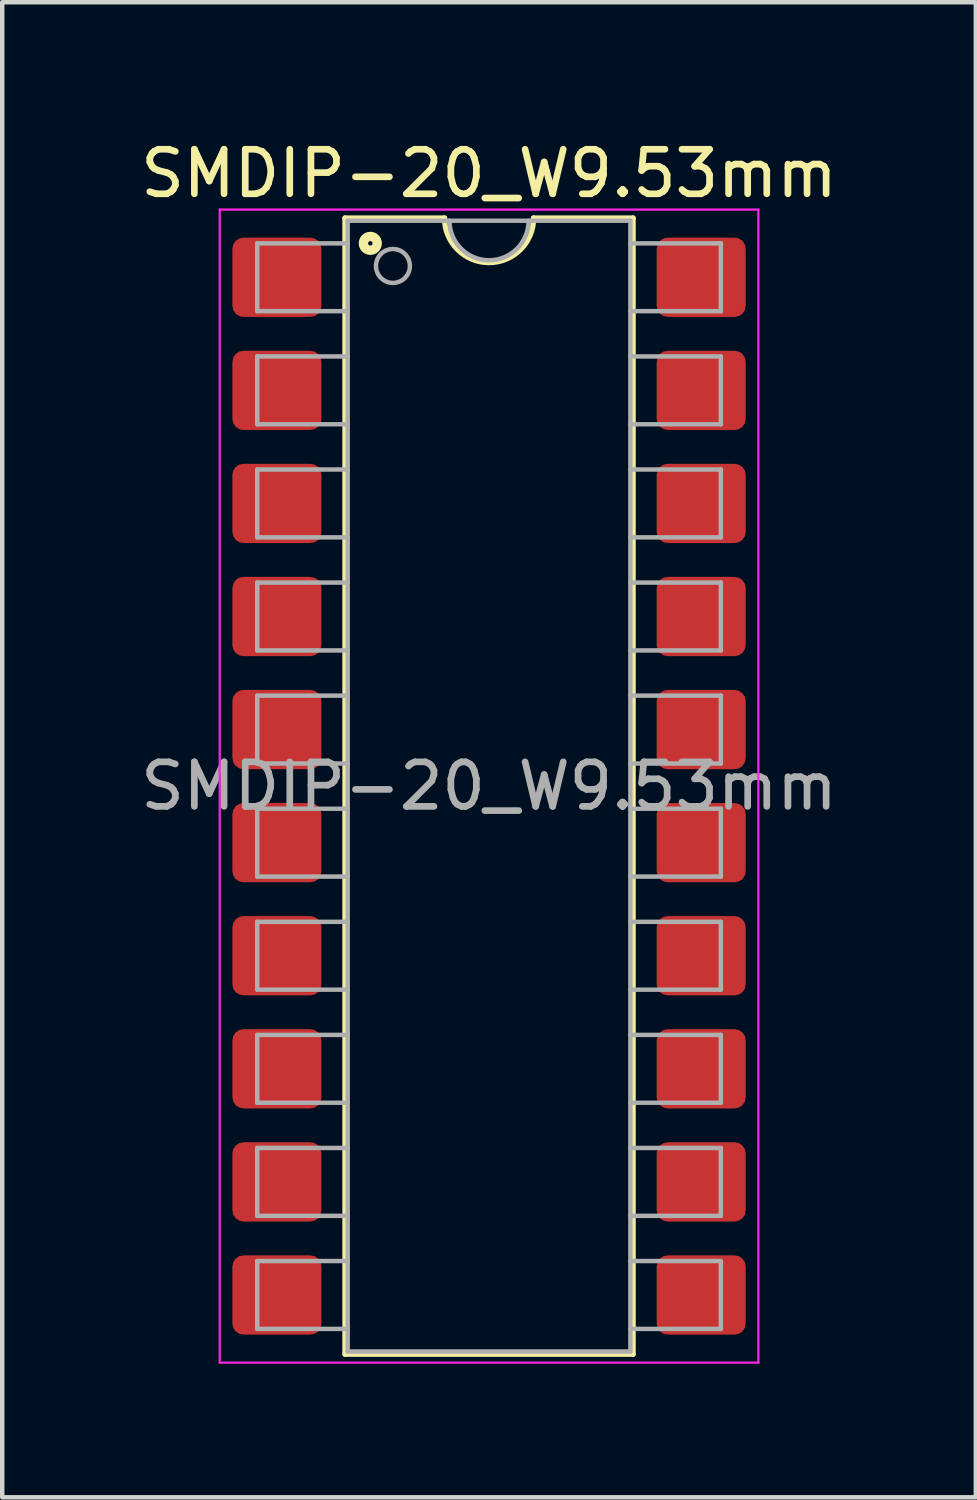
<source format=kicad_pcb>
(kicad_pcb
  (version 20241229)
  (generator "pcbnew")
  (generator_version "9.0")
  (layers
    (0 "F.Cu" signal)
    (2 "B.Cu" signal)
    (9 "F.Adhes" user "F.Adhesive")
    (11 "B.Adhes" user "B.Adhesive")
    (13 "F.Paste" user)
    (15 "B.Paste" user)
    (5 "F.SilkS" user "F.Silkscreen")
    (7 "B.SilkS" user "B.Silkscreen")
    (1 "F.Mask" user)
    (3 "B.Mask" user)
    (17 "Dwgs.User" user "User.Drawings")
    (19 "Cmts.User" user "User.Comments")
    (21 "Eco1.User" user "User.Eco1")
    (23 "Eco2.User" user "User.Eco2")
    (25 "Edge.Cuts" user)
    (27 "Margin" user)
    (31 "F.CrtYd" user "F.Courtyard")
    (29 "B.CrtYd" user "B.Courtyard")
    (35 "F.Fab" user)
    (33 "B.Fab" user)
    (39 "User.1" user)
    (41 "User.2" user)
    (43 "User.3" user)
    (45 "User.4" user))
  (footprint "SMDIP-20_W9.53mm"
    (layer "F.Cu")
    (at 7.935 14.608)
    (property "Reference" "SMDIP-20_W9.53mm" (at 0 -13.76 0) (layer "F.SilkS") (effects (font (size 1 1) (thickness 0.15))))
    (attr smd)
    (fp_line (start -3.235 -12.76) (end -3.235 12.76) (stroke (width 0.12) (type solid)) (layer "F.SilkS"))
    (fp_line (start -3.235 12.76) (end 3.235 12.76) (stroke (width 0.12) (type solid)) (layer "F.SilkS"))
    (fp_line (start -1 -12.76) (end -3.235 -12.76) (stroke (width 0.12) (type solid)) (layer "F.SilkS"))
    (fp_line (start 3.235 -12.76) (end 1 -12.76) (stroke (width 0.12) (type solid)) (layer "F.SilkS"))
    (fp_line (start 3.235 12.76) (end 3.235 -12.76) (stroke (width 0.12) (type solid)) (layer "F.SilkS"))
    (fp_arc (start 1 -12.76) (mid 0 -11.76) (end -1 -12.76) (stroke (width 0.12) (type solid)) (layer "F.SilkS"))
    (fp_circle (center -2.667 -12.192) (end -2.617 -12.192) (stroke (width 0.12) (type solid)) (fill no) (layer "F.SilkS"))
    (fp_circle (center -2.667 -12.192) (end -2.542 -12.192) (stroke (width 0.12) (type solid)) (fill no) (layer "F.SilkS"))
    (fp_circle (center -2.667 -12.192) (end -2.467 -12.192) (stroke (width 0.12) (type solid)) (fill no) (layer "F.SilkS"))
    (fp_line (start -6.05 -12.95) (end -6.05 12.95) (stroke (width 0.05) (type solid)) (layer "F.CrtYd"))
    (fp_line (start -6.05 12.95) (end 6.05 12.95) (stroke (width 0.05) (type solid)) (layer "F.CrtYd"))
    (fp_line (start 6.05 -12.95) (end -6.05 -12.95) (stroke (width 0.05) (type solid)) (layer "F.CrtYd"))
    (fp_line (start 6.05 12.95) (end 6.05 -12.95) (stroke (width 0.05) (type solid)) (layer "F.CrtYd"))
    (fp_line (start -5.207 -12.192) (end -5.207 -10.668) (stroke (width 0.1) (type solid)) (layer "F.Fab"))
    (fp_line (start -5.207 -12.192) (end -3.175 -12.192) (stroke (width 0.1) (type solid)) (layer "F.Fab"))
    (fp_line (start -5.207 -10.668) (end -3.175 -10.668) (stroke (width 0.1) (type solid)) (layer "F.Fab"))
    (fp_line (start -5.207 -9.652) (end -5.207 -8.128) (stroke (width 0.1) (type solid)) (layer "F.Fab"))
    (fp_line (start -5.207 -9.652) (end -3.175 -9.652) (stroke (width 0.1) (type solid)) (layer "F.Fab"))
    (fp_line (start -5.207 -8.128) (end -3.175 -8.128) (stroke (width 0.1) (type solid)) (layer "F.Fab"))
    (fp_line (start -5.207 -7.112) (end -5.207 -5.588) (stroke (width 0.1) (type solid)) (layer "F.Fab"))
    (fp_line (start -5.207 -7.112) (end -3.175 -7.112) (stroke (width 0.1) (type solid)) (layer "F.Fab"))
    (fp_line (start -5.207 -5.588) (end -3.175 -5.588) (stroke (width 0.1) (type solid)) (layer "F.Fab"))
    (fp_line (start -5.207 -4.572) (end -5.207 -3.048) (stroke (width 0.1) (type solid)) (layer "F.Fab"))
    (fp_line (start -5.207 -4.572) (end -3.175 -4.572) (stroke (width 0.1) (type solid)) (layer "F.Fab"))
    (fp_line (start -5.207 -3.048) (end -3.175 -3.048) (stroke (width 0.1) (type solid)) (layer "F.Fab"))
    (fp_line (start -5.207 -2.032) (end -5.207 -0.508) (stroke (width 0.1) (type solid)) (layer "F.Fab"))
    (fp_line (start -5.207 -2.032) (end -3.175 -2.032) (stroke (width 0.1) (type solid)) (layer "F.Fab"))
    (fp_line (start -5.207 -0.508) (end -3.175 -0.508) (stroke (width 0.1) (type solid)) (layer "F.Fab"))
    (fp_line (start -5.207 0.508) (end -5.207 2.032) (stroke (width 0.1) (type solid)) (layer "F.Fab"))
    (fp_line (start -5.207 0.508) (end -3.175 0.508) (stroke (width 0.1) (type solid)) (layer "F.Fab"))
    (fp_line (start -5.207 2.032) (end -3.175 2.032) (stroke (width 0.1) (type solid)) (layer "F.Fab"))
    (fp_line (start -5.207 3.048) (end -5.207 4.572) (stroke (width 0.1) (type solid)) (layer "F.Fab"))
    (fp_line (start -5.207 3.048) (end -3.175 3.048) (stroke (width 0.1) (type solid)) (layer "F.Fab"))
    (fp_line (start -5.207 4.572) (end -3.175 4.572) (stroke (width 0.1) (type solid)) (layer "F.Fab"))
    (fp_line (start -5.207 5.588) (end -5.207 7.112) (stroke (width 0.1) (type solid)) (layer "F.Fab"))
    (fp_line (start -5.207 5.588) (end -3.175 5.588) (stroke (width 0.1) (type solid)) (layer "F.Fab"))
    (fp_line (start -5.207 7.112) (end -3.175 7.112) (stroke (width 0.1) (type solid)) (layer "F.Fab"))
    (fp_line (start -5.207 8.128) (end -5.207 9.652) (stroke (width 0.1) (type solid)) (layer "F.Fab"))
    (fp_line (start -5.207 8.128) (end -3.175 8.128) (stroke (width 0.1) (type solid)) (layer "F.Fab"))
    (fp_line (start -5.207 9.652) (end -3.175 9.652) (stroke (width 0.1) (type solid)) (layer "F.Fab"))
    (fp_line (start -5.207 10.668) (end -5.207 12.192) (stroke (width 0.1) (type solid)) (layer "F.Fab"))
    (fp_line (start -5.207 10.668) (end -3.175 10.668) (stroke (width 0.1) (type solid)) (layer "F.Fab"))
    (fp_line (start -5.207 12.192) (end -3.175 12.192) (stroke (width 0.1) (type solid)) (layer "F.Fab"))
    (fp_line (start -3.175 -12.7) (end 3.175 -12.7) (stroke (width 0.1) (type solid)) (layer "F.Fab"))
    (fp_line (start -3.175 12.7) (end -3.175 -12.7) (stroke (width 0.1) (type solid)) (layer "F.Fab"))
    (fp_line (start 3.175 -12.7) (end 3.175 12.7) (stroke (width 0.1) (type solid)) (layer "F.Fab"))
    (fp_line (start 3.175 12.7) (end -3.175 12.7) (stroke (width 0.1) (type solid)) (layer "F.Fab"))
    (fp_line (start 5.207 -12.192) (end 3.175 -12.192) (stroke (width 0.1) (type solid)) (layer "F.Fab"))
    (fp_line (start 5.207 -10.668) (end 3.175 -10.668) (stroke (width 0.1) (type solid)) (layer "F.Fab"))
    (fp_line (start 5.207 -10.668) (end 5.207 -12.192) (stroke (width 0.1) (type solid)) (layer "F.Fab"))
    (fp_line (start 5.207 -9.652) (end 3.175 -9.652) (stroke (width 0.1) (type solid)) (layer "F.Fab"))
    (fp_line (start 5.207 -8.128) (end 3.175 -8.128) (stroke (width 0.1) (type solid)) (layer "F.Fab"))
    (fp_line (start 5.207 -8.128) (end 5.207 -9.652) (stroke (width 0.1) (type solid)) (layer "F.Fab"))
    (fp_line (start 5.207 -7.112) (end 3.175 -7.112) (stroke (width 0.1) (type solid)) (layer "F.Fab"))
    (fp_line (start 5.207 -5.588) (end 3.175 -5.588) (stroke (width 0.1) (type solid)) (layer "F.Fab"))
    (fp_line (start 5.207 -5.588) (end 5.207 -7.112) (stroke (width 0.1) (type solid)) (layer "F.Fab"))
    (fp_line (start 5.207 -4.572) (end 3.175 -4.572) (stroke (width 0.1) (type solid)) (layer "F.Fab"))
    (fp_line (start 5.207 -3.048) (end 3.175 -3.048) (stroke (width 0.1) (type solid)) (layer "F.Fab"))
    (fp_line (start 5.207 -3.048) (end 5.207 -4.572) (stroke (width 0.1) (type solid)) (layer "F.Fab"))
    (fp_line (start 5.207 -2.032) (end 3.175 -2.032) (stroke (width 0.1) (type solid)) (layer "F.Fab"))
    (fp_line (start 5.207 -0.508) (end 3.175 -0.508) (stroke (width 0.1) (type solid)) (layer "F.Fab"))
    (fp_line (start 5.207 -0.508) (end 5.207 -2.032) (stroke (width 0.1) (type solid)) (layer "F.Fab"))
    (fp_line (start 5.207 0.508) (end 3.175 0.508) (stroke (width 0.1) (type solid)) (layer "F.Fab"))
    (fp_line (start 5.207 2.032) (end 3.175 2.032) (stroke (width 0.1) (type solid)) (layer "F.Fab"))
    (fp_line (start 5.207 2.032) (end 5.207 0.508) (stroke (width 0.1) (type solid)) (layer "F.Fab"))
    (fp_line (start 5.207 3.048) (end 3.175 3.048) (stroke (width 0.1) (type solid)) (layer "F.Fab"))
    (fp_line (start 5.207 4.572) (end 3.175 4.572) (stroke (width 0.1) (type solid)) (layer "F.Fab"))
    (fp_line (start 5.207 4.572) (end 5.207 3.048) (stroke (width 0.1) (type solid)) (layer "F.Fab"))
    (fp_line (start 5.207 5.588) (end 3.175 5.588) (stroke (width 0.1) (type solid)) (layer "F.Fab"))
    (fp_line (start 5.207 7.112) (end 3.175 7.112) (stroke (width 0.1) (type solid)) (layer "F.Fab"))
    (fp_line (start 5.207 7.112) (end 5.207 5.588) (stroke (width 0.1) (type solid)) (layer "F.Fab"))
    (fp_line (start 5.207 8.128) (end 3.175 8.128) (stroke (width 0.1) (type solid)) (layer "F.Fab"))
    (fp_line (start 5.207 9.652) (end 3.175 9.652) (stroke (width 0.1) (type solid)) (layer "F.Fab"))
    (fp_line (start 5.207 9.652) (end 5.207 8.128) (stroke (width 0.1) (type solid)) (layer "F.Fab"))
    (fp_line (start 5.207 10.668) (end 3.175 10.668) (stroke (width 0.1) (type solid)) (layer "F.Fab"))
    (fp_line (start 5.207 12.192) (end 3.175 12.192) (stroke (width 0.1) (type solid)) (layer "F.Fab"))
    (fp_line (start 5.207 12.192) (end 5.207 10.668) (stroke (width 0.1) (type solid)) (layer "F.Fab"))
    (fp_arc (start 0.889 -12.7) (mid 0 -11.811) (end -0.889 -12.7) (stroke (width 0.1) (type solid)) (layer "F.Fab"))
    (fp_circle (center -2.159 -11.684) (end -1.778 -11.684) (stroke (width 0.1) (type solid)) (fill no) (layer "F.Fab"))
    (fp_text user "${REFERENCE}" (at 0 0 0) (layer "F.Fab") (effects (font (size 1 1) (thickness 0.15))))
    (pad "1" smd roundrect (at -4.765 -11.43) (size 2 1.78) (layers "F.Cu" "F.Mask" "F.Paste") (roundrect_rratio 0.14))
    (pad "2" smd roundrect (at -4.765 -8.89) (size 2 1.78) (layers "F.Cu" "F.Mask" "F.Paste") (roundrect_rratio 0.14))
    (pad "3" smd roundrect (at -4.765 -6.35) (size 2 1.78) (layers "F.Cu" "F.Mask" "F.Paste") (roundrect_rratio 0.14))
    (pad "4" smd roundrect (at -4.765 -3.81) (size 2 1.78) (layers "F.Cu" "F.Mask" "F.Paste") (roundrect_rratio 0.14))
    (pad "5" smd roundrect (at -4.765 -1.27) (size 2 1.78) (layers "F.Cu" "F.Mask" "F.Paste") (roundrect_rratio 0.14))
    (pad "6" smd roundrect (at -4.765 1.27) (size 2 1.78) (layers "F.Cu" "F.Mask" "F.Paste") (roundrect_rratio 0.14))
    (pad "7" smd roundrect (at -4.765 3.81) (size 2 1.78) (layers "F.Cu" "F.Mask" "F.Paste") (roundrect_rratio 0.14))
    (pad "8" smd roundrect (at -4.765 6.35) (size 2 1.78) (layers "F.Cu" "F.Mask" "F.Paste") (roundrect_rratio 0.14))
    (pad "9" smd roundrect (at -4.765 8.89) (size 2 1.78) (layers "F.Cu" "F.Mask" "F.Paste") (roundrect_rratio 0.14))
    (pad "10" smd roundrect (at -4.765 11.43) (size 2 1.78) (layers "F.Cu" "F.Mask" "F.Paste") (roundrect_rratio 0.14))
    (pad "11" smd roundrect (at 4.765 11.43) (size 2 1.78) (layers "F.Cu" "F.Mask" "F.Paste") (roundrect_rratio 0.14))
    (pad "12" smd roundrect (at 4.765 8.89) (size 2 1.78) (layers "F.Cu" "F.Mask" "F.Paste") (roundrect_rratio 0.14))
    (pad "13" smd roundrect (at 4.765 6.35) (size 2 1.78) (layers "F.Cu" "F.Mask" "F.Paste") (roundrect_rratio 0.14))
    (pad "14" smd roundrect (at 4.765 3.81) (size 2 1.78) (layers "F.Cu" "F.Mask" "F.Paste") (roundrect_rratio 0.14))
    (pad "15" smd roundrect (at 4.765 1.27) (size 2 1.78) (layers "F.Cu" "F.Mask" "F.Paste") (roundrect_rratio 0.14))
    (pad "16" smd roundrect (at 4.765 -1.27) (size 2 1.78) (layers "F.Cu" "F.Mask" "F.Paste") (roundrect_rratio 0.14))
    (pad "17" smd roundrect (at 4.765 -3.81) (size 2 1.78) (layers "F.Cu" "F.Mask" "F.Paste") (roundrect_rratio 0.14))
    (pad "18" smd roundrect (at 4.765 -6.35) (size 2 1.78) (layers "F.Cu" "F.Mask" "F.Paste") (roundrect_rratio 0.14))
    (pad "19" smd roundrect (at 4.765 -8.89) (size 2 1.78) (layers "F.Cu" "F.Mask" "F.Paste") (roundrect_rratio 0.14))
    (pad "20" smd roundrect (at 4.765 -11.43) (size 2 1.78) (layers "F.Cu" "F.Mask" "F.Paste") (roundrect_rratio 0.14)))
  (gr_rect
    (start -3 -3)
    (end 18.869 30.583)
    (stroke (width 0.1) (type default))
    (fill no)
    (layer "Edge.Cuts")))
</source>
